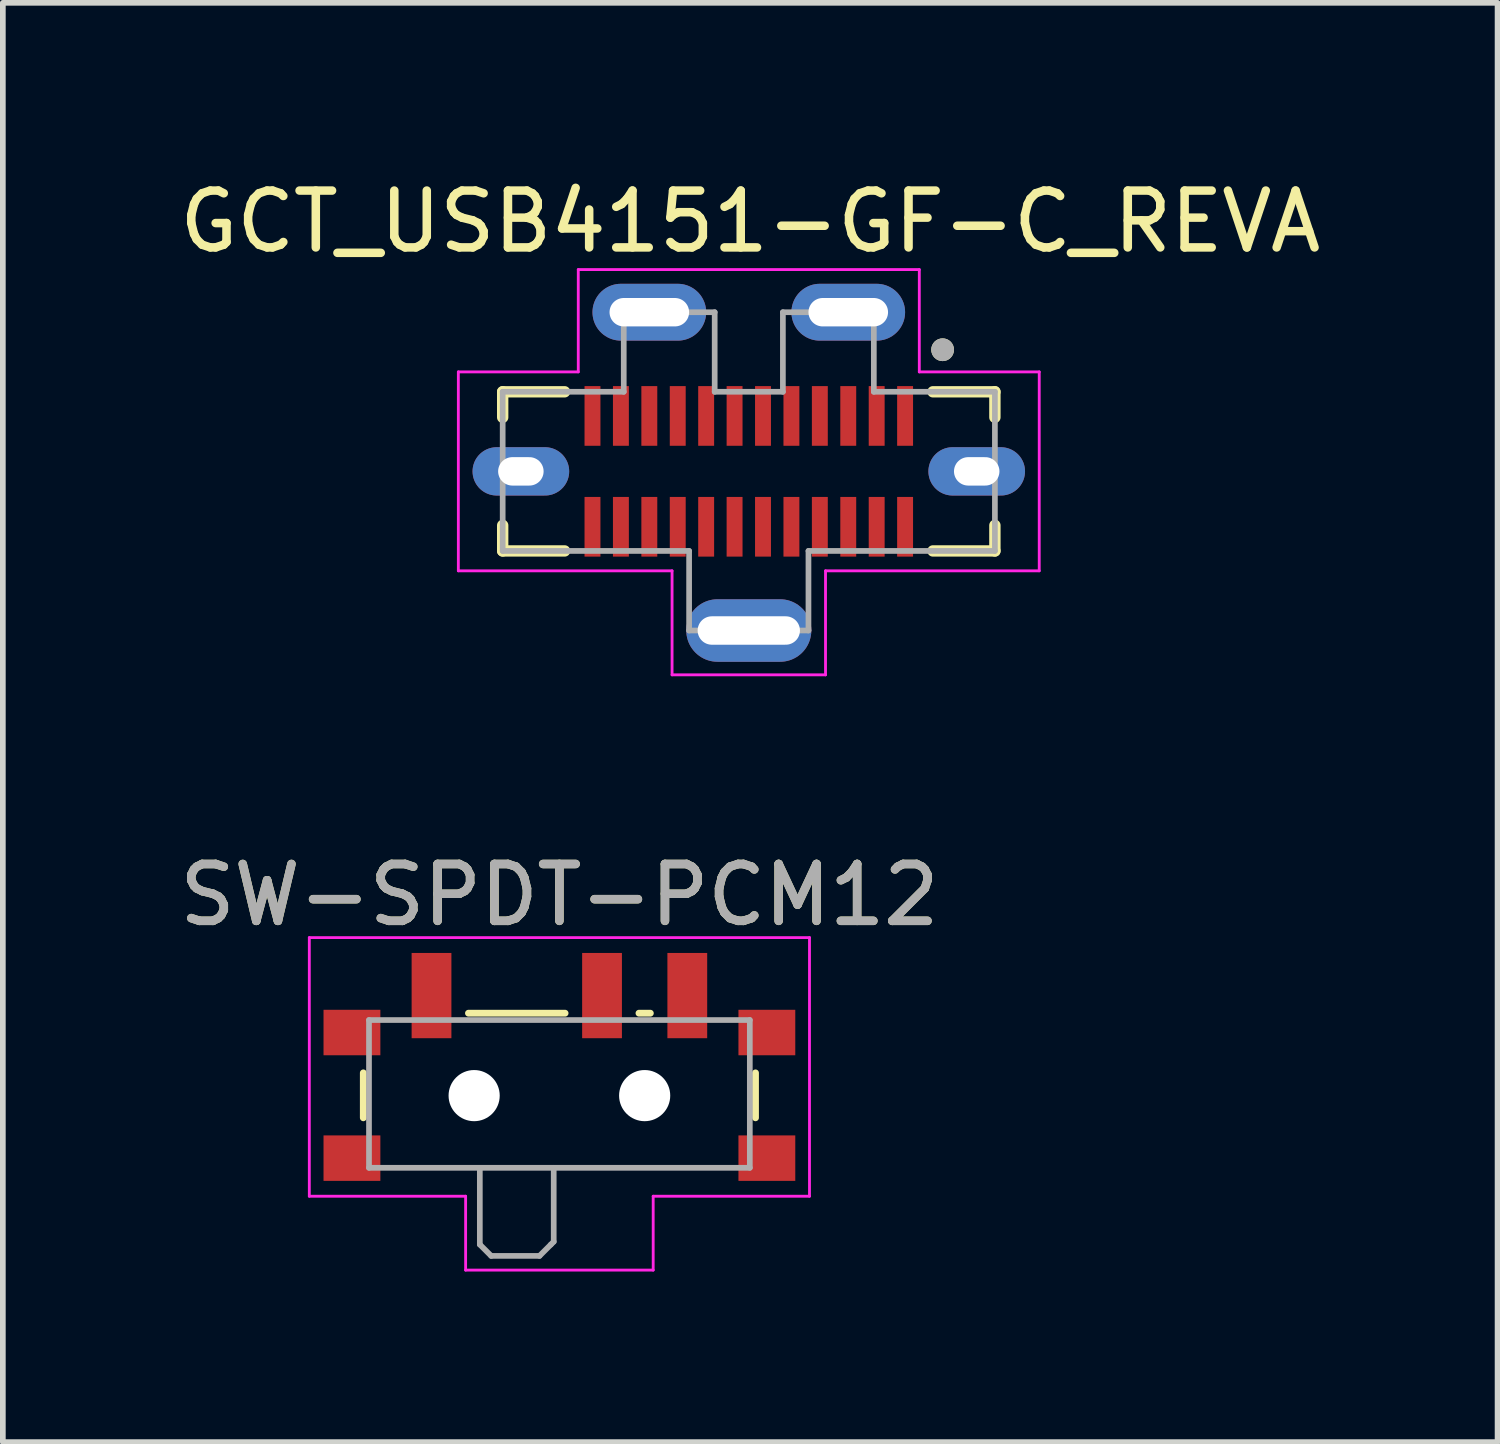
<source format=kicad_pcb>
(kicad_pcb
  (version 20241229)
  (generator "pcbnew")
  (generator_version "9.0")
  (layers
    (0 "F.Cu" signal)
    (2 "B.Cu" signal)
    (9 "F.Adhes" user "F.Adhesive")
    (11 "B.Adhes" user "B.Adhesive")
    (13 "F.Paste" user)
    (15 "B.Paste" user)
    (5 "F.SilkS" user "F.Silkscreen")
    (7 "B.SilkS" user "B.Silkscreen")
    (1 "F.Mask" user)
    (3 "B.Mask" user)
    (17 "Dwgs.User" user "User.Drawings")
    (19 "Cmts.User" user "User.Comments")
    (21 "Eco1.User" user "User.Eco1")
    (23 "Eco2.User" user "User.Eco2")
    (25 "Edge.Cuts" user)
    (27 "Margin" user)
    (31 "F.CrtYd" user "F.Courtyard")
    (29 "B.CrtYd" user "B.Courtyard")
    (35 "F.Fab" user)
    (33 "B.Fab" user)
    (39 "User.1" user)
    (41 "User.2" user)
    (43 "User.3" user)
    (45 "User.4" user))
  (footprint "GCT_USB4151-GF-C_REVA"
    (layer "F.Cu")
    (at 10.124 5.243)
    (property "Reference" "GCT_USB4151-GF-C_REVA" (at 0.025 -4.395 0) (layer "F.SilkS") (effects (font (size 1 1) (thickness 0.15))))
    (attr through_hole)
    (fp_line (start -4.33 -1.4) (end -4.33 -0.95) (stroke (width 0.2) (type solid)) (layer "F.SilkS"))
    (fp_line (start -4.33 0.95) (end -4.33 1.4) (stroke (width 0.2) (type solid)) (layer "F.SilkS"))
    (fp_line (start -4.33 1.4) (end -3.24 1.4) (stroke (width 0.2) (type solid)) (layer "F.SilkS"))
    (fp_line (start -3.24 -1.4) (end -4.33 -1.4) (stroke (width 0.2) (type solid)) (layer "F.SilkS"))
    (fp_line (start 3.24 1.4) (end 4.33 1.4) (stroke (width 0.2) (type solid)) (layer "F.SilkS"))
    (fp_line (start 4.33 -1.4) (end 3.24 -1.4) (stroke (width 0.2) (type solid)) (layer "F.SilkS"))
    (fp_line (start 4.33 -0.95) (end 4.33 -1.4) (stroke (width 0.2) (type solid)) (layer "F.SilkS"))
    (fp_line (start 4.33 1.4) (end 4.33 0.95) (stroke (width 0.2) (type solid)) (layer "F.SilkS"))
    (fp_circle (center 3.41 -2.14) (end 3.51 -2.14) (stroke (width 0.2) (type solid)) (fill no) (layer "F.SilkS"))
    (fp_line (start -5.11 -1.75) (end -5.11 1.75) (stroke (width 0.05) (type solid)) (layer "F.CrtYd"))
    (fp_line (start -5.11 1.75) (end -1.35 1.75) (stroke (width 0.05) (type solid)) (layer "F.CrtYd"))
    (fp_line (start -3 -3.55) (end -3 -1.75) (stroke (width 0.05) (type solid)) (layer "F.CrtYd"))
    (fp_line (start -3 -1.75) (end -5.11 -1.75) (stroke (width 0.05) (type solid)) (layer "F.CrtYd"))
    (fp_line (start -1.35 1.75) (end -1.35 3.58) (stroke (width 0.05) (type solid)) (layer "F.CrtYd"))
    (fp_line (start -1.35 3.58) (end 1.35 3.58) (stroke (width 0.05) (type solid)) (layer "F.CrtYd"))
    (fp_line (start 1.35 1.75) (end 5.11 1.75) (stroke (width 0.05) (type solid)) (layer "F.CrtYd"))
    (fp_line (start 1.35 3.58) (end 1.35 1.75) (stroke (width 0.05) (type solid)) (layer "F.CrtYd"))
    (fp_line (start 3 -3.55) (end -3 -3.55) (stroke (width 0.05) (type solid)) (layer "F.CrtYd"))
    (fp_line (start 3 -1.75) (end 3 -3.55) (stroke (width 0.05) (type solid)) (layer "F.CrtYd"))
    (fp_line (start 5.11 -1.75) (end 3 -1.75) (stroke (width 0.05) (type solid)) (layer "F.CrtYd"))
    (fp_line (start 5.11 1.75) (end 5.11 -1.75) (stroke (width 0.05) (type solid)) (layer "F.CrtYd"))
    (fp_line (start -4.33 -1.4) (end -4.33 1.4) (stroke (width 0.1) (type solid)) (layer "F.Fab"))
    (fp_line (start -4.33 1.4) (end -1.05 1.4) (stroke (width 0.1) (type solid)) (layer "F.Fab"))
    (fp_line (start -2.2 -2.8) (end -2.2 -1.4) (stroke (width 0.1) (type solid)) (layer "F.Fab"))
    (fp_line (start -2.2 -1.4) (end -4.33 -1.4) (stroke (width 0.1) (type solid)) (layer "F.Fab"))
    (fp_line (start -1.05 1.4) (end -1.05 2.8) (stroke (width 0.1) (type solid)) (layer "F.Fab"))
    (fp_line (start -1.05 2.8) (end 1.05 2.8) (stroke (width 0.1) (type solid)) (layer "F.Fab"))
    (fp_line (start -0.6 -2.8) (end -2.2 -2.8) (stroke (width 0.1) (type solid)) (layer "F.Fab"))
    (fp_line (start -0.6 -1.4) (end -0.6 -2.8) (stroke (width 0.1) (type solid)) (layer "F.Fab"))
    (fp_line (start 0.6 -2.8) (end 0.6 -1.4) (stroke (width 0.1) (type solid)) (layer "F.Fab"))
    (fp_line (start 0.6 -1.4) (end -0.6 -1.4) (stroke (width 0.1) (type solid)) (layer "F.Fab"))
    (fp_line (start 1.05 1.4) (end 4.33 1.4) (stroke (width 0.1) (type solid)) (layer "F.Fab"))
    (fp_line (start 1.05 2.8) (end 1.05 1.4) (stroke (width 0.1) (type solid)) (layer "F.Fab"))
    (fp_line (start 2.2 -2.8) (end 0.6 -2.8) (stroke (width 0.1) (type solid)) (layer "F.Fab"))
    (fp_line (start 2.2 -1.4) (end 2.2 -2.8) (stroke (width 0.1) (type solid)) (layer "F.Fab"))
    (fp_line (start 4.33 -1.4) (end 2.2 -1.4) (stroke (width 0.1) (type solid)) (layer "F.Fab"))
    (fp_line (start 4.33 1.4) (end 4.33 -1.4) (stroke (width 0.1) (type solid)) (layer "F.Fab"))
    (fp_circle (center 3.41 -2.14) (end 3.51 -2.14) (stroke (width 0.2) (type solid)) (fill no) (layer "F.Fab"))
    (pad "A1" smd rect (at 2.75 -0.975) (size 0.28 1.05) (layers "F.Cu" "F.Mask" "F.Paste"))
    (pad "A2" smd rect (at 2.25 -0.975) (size 0.28 1.05) (layers "F.Cu" "F.Mask" "F.Paste"))
    (pad "A3" smd rect (at 1.75 -0.975) (size 0.28 1.05) (layers "F.Cu" "F.Mask" "F.Paste"))
    (pad "A4" smd rect (at 1.25 -0.975) (size 0.28 1.05) (layers "F.Cu" "F.Mask" "F.Paste"))
    (pad "A5" smd rect (at 0.75 -0.975) (size 0.28 1.05) (layers "F.Cu" "F.Mask" "F.Paste"))
    (pad "A6" smd rect (at 0.25 -0.975) (size 0.28 1.05) (layers "F.Cu" "F.Mask" "F.Paste"))
    (pad "A7" smd rect (at -0.25 -0.975) (size 0.28 1.05) (layers "F.Cu" "F.Mask" "F.Paste"))
    (pad "A8" smd rect (at -0.75 -0.975) (size 0.28 1.05) (layers "F.Cu" "F.Mask" "F.Paste"))
    (pad "A9" smd rect (at -1.25 -0.975) (size 0.28 1.05) (layers "F.Cu" "F.Mask" "F.Paste"))
    (pad "A10" smd rect (at -1.75 -0.975) (size 0.28 1.05) (layers "F.Cu" "F.Mask" "F.Paste"))
    (pad "A11" smd rect (at -2.25 -0.975) (size 0.28 1.05) (layers "F.Cu" "F.Mask" "F.Paste"))
    (pad "A12" smd rect (at -2.75 -0.975) (size 0.28 1.05) (layers "F.Cu" "F.Mask" "F.Paste"))
    (pad "B1" smd rect (at -2.75 0.975) (size 0.28 1.05) (layers "F.Cu" "F.Mask" "F.Paste"))
    (pad "B2" smd rect (at -2.25 0.975) (size 0.28 1.05) (layers "F.Cu" "F.Mask" "F.Paste"))
    (pad "B3" smd rect (at -1.75 0.975) (size 0.28 1.05) (layers "F.Cu" "F.Mask" "F.Paste"))
    (pad "B4" smd rect (at -1.25 0.975) (size 0.28 1.05) (layers "F.Cu" "F.Mask" "F.Paste"))
    (pad "B5" smd rect (at -0.75 0.975) (size 0.28 1.05) (layers "F.Cu" "F.Mask" "F.Paste"))
    (pad "B6" smd rect (at -0.25 0.975) (size 0.28 1.05) (layers "F.Cu" "F.Mask" "F.Paste"))
    (pad "B7" smd rect (at 0.25 0.975) (size 0.28 1.05) (layers "F.Cu" "F.Mask" "F.Paste"))
    (pad "B8" smd rect (at 0.75 0.975) (size 0.28 1.05) (layers "F.Cu" "F.Mask" "F.Paste"))
    (pad "B9" smd rect (at 1.25 0.975) (size 0.28 1.05) (layers "F.Cu" "F.Mask" "F.Paste"))
    (pad "B10" smd rect (at 1.75 0.975) (size 0.28 1.05) (layers "F.Cu" "F.Mask" "F.Paste"))
    (pad "B11" smd rect (at 2.25 0.975) (size 0.28 1.05) (layers "F.Cu" "F.Mask" "F.Paste"))
    (pad "B12" smd rect (at 2.75 0.975) (size 0.28 1.05) (layers "F.Cu" "F.Mask" "F.Paste"))
    (pad "S1" thru_hole oval (at -4.01 0) (size 1.7 0.85) (drill oval 0.8 0.5) (layers "*.Cu" "*.Mask"))
    (pad "S2" thru_hole oval (at -1.75 -2.8) (size 2 1) (drill oval 1.4 0.5) (layers "*.Cu" "*.Mask"))
    (pad "S3" thru_hole oval (at 1.75 -2.8) (size 2 1) (drill oval 1.4 0.5) (layers "*.Cu" "*.Mask"))
    (pad "S4" thru_hole oval (at 4.01 0) (size 1.7 0.85) (drill oval 0.8 0.5) (layers "*.Cu" "*.Mask"))
    (pad "S5" thru_hole oval (at 0 2.8) (size 2.2 1.1) (drill oval 1.8 0.5) (layers "*.Cu" "*.Mask")))
  (footprint "SW-SPDT-PCM12"
    (layer "F.Cu")
    (at 6.792 15.896)
    (property "Reference" "SW-SPDT-PCM12" (at 0 -3.2 0) (layer "F.SilkS") (effects (font (size 1 1) (thickness 0.15))))
    (attr smd)
    (fp_line (start -3.45 -0.07) (end -3.45 0.72) (stroke (width 0.12) (type solid)) (layer "F.SilkS"))
    (fp_line (start -1.6 -1.12) (end 0.1 -1.12) (stroke (width 0.12) (type solid)) (layer "F.SilkS"))
    (fp_line (start 1.4 -1.12) (end 1.6 -1.12) (stroke (width 0.12) (type solid)) (layer "F.SilkS"))
    (fp_line (start 3.45 0.72) (end 3.45 -0.07) (stroke (width 0.12) (type solid)) (layer "F.SilkS"))
    (fp_line (start -4.4 -2.45) (end 4.4 -2.45) (stroke (width 0.05) (type solid)) (layer "F.CrtYd"))
    (fp_line (start -4.4 2.1) (end -4.4 -2.45) (stroke (width 0.05) (type solid)) (layer "F.CrtYd"))
    (fp_line (start -1.65 2.1) (end -4.4 2.1) (stroke (width 0.05) (type solid)) (layer "F.CrtYd"))
    (fp_line (start -1.65 3.4) (end -1.65 2.1) (stroke (width 0.05) (type solid)) (layer "F.CrtYd"))
    (fp_line (start 1.65 2.1) (end 1.65 3.4) (stroke (width 0.05) (type solid)) (layer "F.CrtYd"))
    (fp_line (start 1.65 3.4) (end -1.65 3.4) (stroke (width 0.05) (type solid)) (layer "F.CrtYd"))
    (fp_line (start 4.4 -2.45) (end 4.4 2.1) (stroke (width 0.05) (type solid)) (layer "F.CrtYd"))
    (fp_line (start 4.4 2.1) (end 1.65 2.1) (stroke (width 0.05) (type solid)) (layer "F.CrtYd"))
    (fp_line (start -3.35 -1) (end -3.35 1.6) (stroke (width 0.1) (type solid)) (layer "F.Fab"))
    (fp_line (start -3.35 1.6) (end 3.35 1.6) (stroke (width 0.1) (type solid)) (layer "F.Fab"))
    (fp_line (start -1.4 1.65) (end -1.4 2.95) (stroke (width 0.1) (type solid)) (layer "F.Fab"))
    (fp_line (start -1.4 2.95) (end -1.2 3.15) (stroke (width 0.1) (type solid)) (layer "F.Fab"))
    (fp_line (start -1.2 3.15) (end -0.35 3.15) (stroke (width 0.1) (type solid)) (layer "F.Fab"))
    (fp_line (start -0.35 3.15) (end -0.15 2.95) (stroke (width 0.1) (type solid)) (layer "F.Fab"))
    (fp_line (start -0.15 2.95) (end -0.1 2.9) (stroke (width 0.1) (type solid)) (layer "F.Fab"))
    (fp_line (start -0.1 2.9) (end -0.1 1.6) (stroke (width 0.1) (type solid)) (layer "F.Fab"))
    (fp_line (start 3.35 -1) (end -3.35 -1) (stroke (width 0.1) (type solid)) (layer "F.Fab"))
    (fp_line (start 3.35 1.6) (end 3.35 -1) (stroke (width 0.1) (type solid)) (layer "F.Fab"))
    (fp_text user "${REFERENCE}" (at 0 -3.2 0) (layer "F.Fab") (effects (font (size 1 1) (thickness 0.15))))
    (pad "" smd rect (at -3.65 -0.78) (size 1 0.8) (layers "F.Cu" "F.Mask" "F.Paste"))
    (pad "" smd rect (at -3.65 1.43) (size 1 0.8) (layers "F.Cu" "F.Mask" "F.Paste"))
    (pad "" np_thru_hole circle (at -1.5 0.33) (size 0.9 0.9) (drill 0.9) (layers "*.Cu" "*.Mask"))
    (pad "" np_thru_hole circle (at 1.5 0.33) (size 0.9 0.9) (drill 0.9) (layers "*.Cu" "*.Mask"))
    (pad "" smd rect (at 3.65 -0.78) (size 1 0.8) (layers "F.Cu" "F.Mask" "F.Paste"))
    (pad "" smd rect (at 3.65 1.43) (size 1 0.8) (layers "F.Cu" "F.Mask" "F.Paste"))
    (pad "1" smd rect (at -2.25 -1.43) (size 0.7 1.5) (layers "F.Cu" "F.Mask" "F.Paste"))
    (pad "2" smd rect (at 0.75 -1.43) (size 0.7 1.5) (layers "F.Cu" "F.Mask" "F.Paste"))
    (pad "3" smd rect (at 2.25 -1.43) (size 0.7 1.5) (layers "F.Cu" "F.Mask" "F.Paste")))
  (gr_rect
    (start -3 -3)
    (end 23.298 22.322)
    (stroke (width 0.1) (type default))
    (fill no)
    (layer "Edge.Cuts")))
</source>
